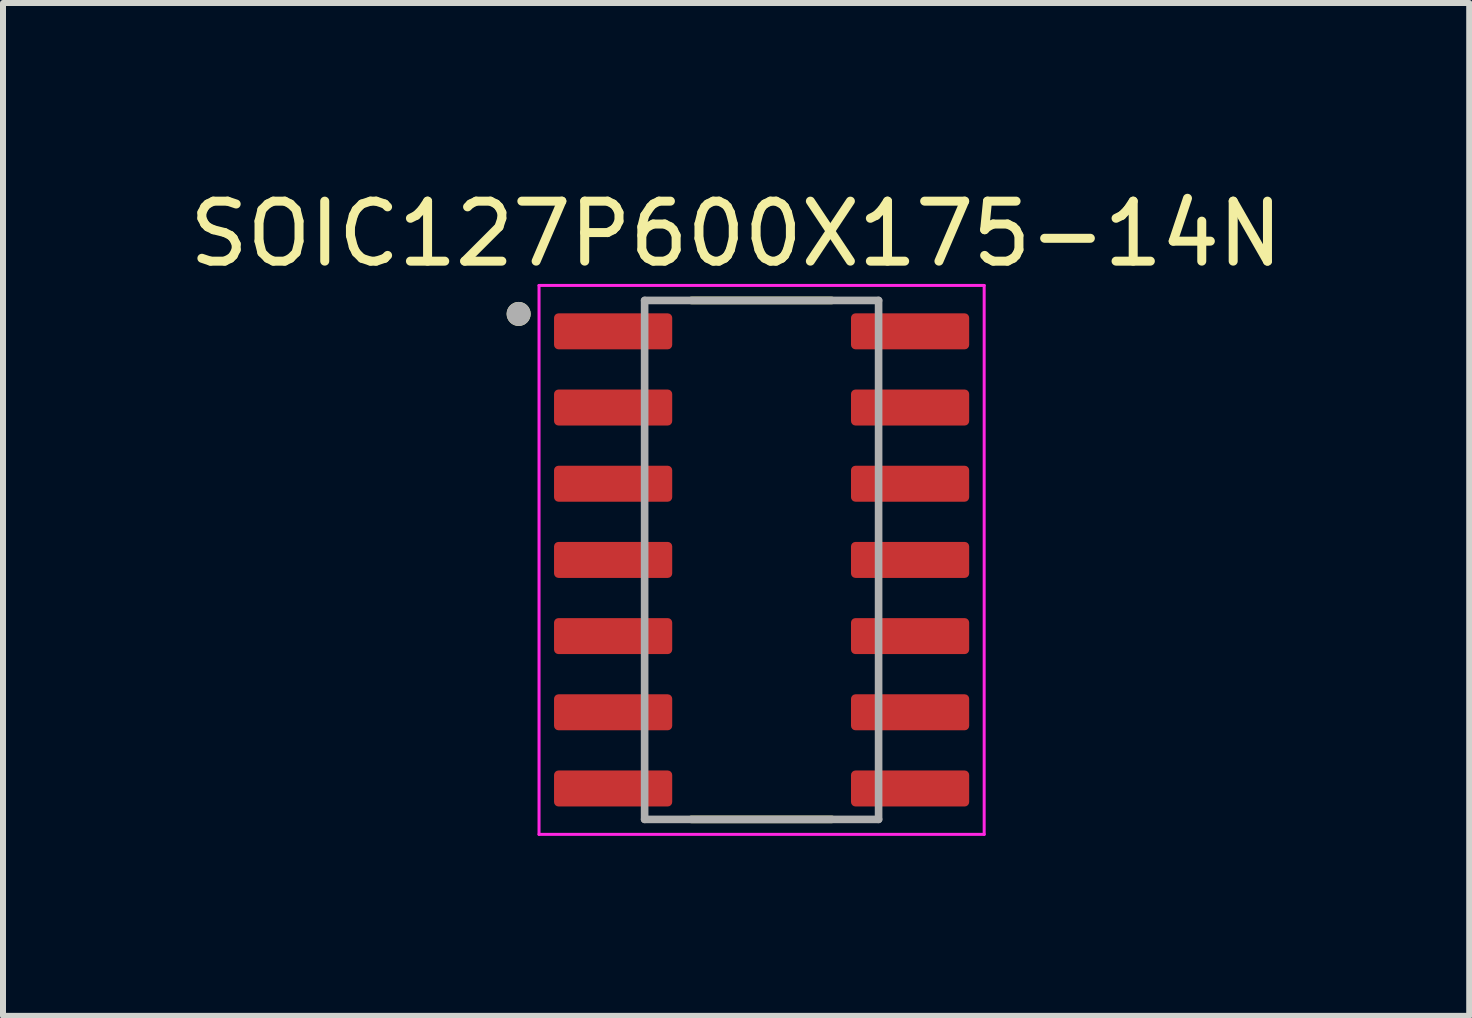
<source format=kicad_pcb>
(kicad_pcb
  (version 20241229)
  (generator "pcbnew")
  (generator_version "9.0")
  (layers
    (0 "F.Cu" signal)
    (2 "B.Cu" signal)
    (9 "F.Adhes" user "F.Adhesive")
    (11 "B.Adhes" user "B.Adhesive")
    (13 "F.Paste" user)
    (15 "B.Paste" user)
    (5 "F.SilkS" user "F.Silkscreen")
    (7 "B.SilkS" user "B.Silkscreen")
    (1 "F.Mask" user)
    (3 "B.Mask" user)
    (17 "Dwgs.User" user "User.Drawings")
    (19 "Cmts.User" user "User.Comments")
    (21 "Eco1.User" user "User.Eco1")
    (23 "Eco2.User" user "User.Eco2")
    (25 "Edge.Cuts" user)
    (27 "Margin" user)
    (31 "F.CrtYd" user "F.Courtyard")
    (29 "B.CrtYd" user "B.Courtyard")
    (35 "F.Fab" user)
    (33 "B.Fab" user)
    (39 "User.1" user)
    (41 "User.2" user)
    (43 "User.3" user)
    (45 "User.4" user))
  (footprint "SOIC127P600X175-14N"
    (layer "F.Cu")
    (at 9.645 6.283)
    (property "Reference" "SOIC127P600X175-14N" (at -0.425 -5.435 0) (layer "F.SilkS") (effects (font (size 1 1) (thickness 0.15))))
    (attr smd)
    (fp_line (start -1.17 -4.325) (end 1.17 -4.325) (stroke (width 0.127) (type solid)) (layer "F.SilkS"))
    (fp_line (start -1.17 4.325) (end 1.17 4.325) (stroke (width 0.127) (type solid)) (layer "F.SilkS"))
    (fp_circle (center -4.05 -4.1) (end -3.95 -4.1) (stroke (width 0.2) (type solid)) (fill no) (layer "F.SilkS"))
    (fp_line (start -3.71 -4.575) (end 3.71 -4.575) (stroke (width 0.05) (type solid)) (layer "F.CrtYd"))
    (fp_line (start -3.71 4.575) (end -3.71 -4.575) (stroke (width 0.05) (type solid)) (layer "F.CrtYd"))
    (fp_line (start 3.71 -4.575) (end 3.71 4.575) (stroke (width 0.05) (type solid)) (layer "F.CrtYd"))
    (fp_line (start 3.71 4.575) (end -3.71 4.575) (stroke (width 0.05) (type solid)) (layer "F.CrtYd"))
    (fp_line (start -1.95 -4.325) (end 1.95 -4.325) (stroke (width 0.127) (type solid)) (layer "F.Fab"))
    (fp_line (start -1.95 4.325) (end -1.95 -4.325) (stroke (width 0.127) (type solid)) (layer "F.Fab"))
    (fp_line (start 1.95 -4.325) (end 1.95 4.325) (stroke (width 0.127) (type solid)) (layer "F.Fab"))
    (fp_line (start 1.95 4.325) (end -1.95 4.325) (stroke (width 0.127) (type solid)) (layer "F.Fab"))
    (fp_circle (center -4.05 -4.1) (end -3.95 -4.1) (stroke (width 0.2) (type solid)) (fill no) (layer "F.Fab"))
    (pad "1" smd roundrect (at -2.475 -3.81) (size 1.97 0.6) (layers "F.Cu" "F.Mask" "F.Paste") (roundrect_rratio 0.125))
    (pad "2" smd roundrect (at -2.475 -2.54) (size 1.97 0.6) (layers "F.Cu" "F.Mask" "F.Paste") (roundrect_rratio 0.125))
    (pad "3" smd roundrect (at -2.475 -1.27) (size 1.97 0.6) (layers "F.Cu" "F.Mask" "F.Paste") (roundrect_rratio 0.125))
    (pad "4" smd roundrect (at -2.475 0) (size 1.97 0.6) (layers "F.Cu" "F.Mask" "F.Paste") (roundrect_rratio 0.125))
    (pad "5" smd roundrect (at -2.475 1.27) (size 1.97 0.6) (layers "F.Cu" "F.Mask" "F.Paste") (roundrect_rratio 0.125))
    (pad "6" smd roundrect (at -2.475 2.54) (size 1.97 0.6) (layers "F.Cu" "F.Mask" "F.Paste") (roundrect_rratio 0.125))
    (pad "7" smd roundrect (at -2.475 3.81) (size 1.97 0.6) (layers "F.Cu" "F.Mask" "F.Paste") (roundrect_rratio 0.125))
    (pad "8" smd roundrect (at 2.475 3.81) (size 1.97 0.6) (layers "F.Cu" "F.Mask" "F.Paste") (roundrect_rratio 0.125))
    (pad "9" smd roundrect (at 2.475 2.54) (size 1.97 0.6) (layers "F.Cu" "F.Mask" "F.Paste") (roundrect_rratio 0.125))
    (pad "10" smd roundrect (at 2.475 1.27) (size 1.97 0.6) (layers "F.Cu" "F.Mask" "F.Paste") (roundrect_rratio 0.125))
    (pad "11" smd roundrect (at 2.475 0) (size 1.97 0.6) (layers "F.Cu" "F.Mask" "F.Paste") (roundrect_rratio 0.125))
    (pad "12" smd roundrect (at 2.475 -1.27) (size 1.97 0.6) (layers "F.Cu" "F.Mask" "F.Paste") (roundrect_rratio 0.125))
    (pad "13" smd roundrect (at 2.475 -2.54) (size 1.97 0.6) (layers "F.Cu" "F.Mask" "F.Paste") (roundrect_rratio 0.125))
    (pad "14" smd roundrect (at 2.475 -3.81) (size 1.97 0.6) (layers "F.Cu" "F.Mask" "F.Paste") (roundrect_rratio 0.125)))
  (gr_rect
    (start -3 -3)
    (end 21.44 13.883)
    (stroke (width 0.1) (type default))
    (fill no)
    (layer "Edge.Cuts")))
</source>
